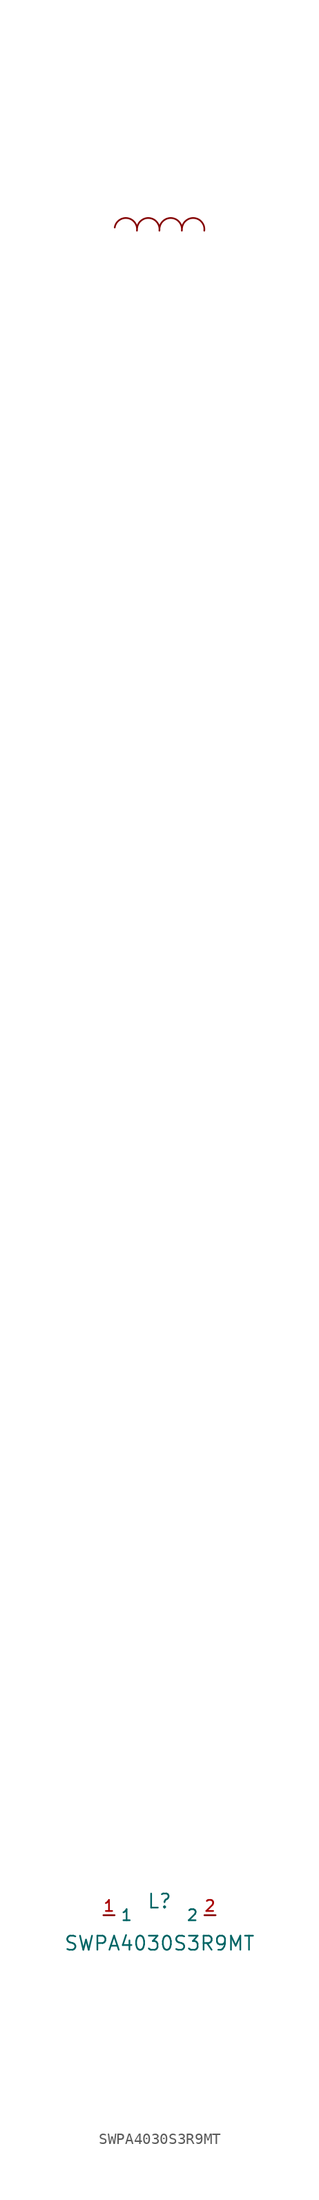
<source format=kicad_sym>
(kicad_symbol_lib
  (version 20210201)
  (generator TousstNicolas/JLC2KiCad_lib)
  (symbol "SWPA4030S3R9MT"
    (property "Reference" "L"
      (at 0 1.27 0)
      (effects (font (size 1.27 1.27))))
    (property "Value" "SWPA4030S3R9MT"
      (at 0 -2.54 0)
      (effects (font (size 1.27 1.27))))
    (symbol "SWPA4030S3R9MT_0_1"
      (arc (start 2.0221293641317573 152.2589971530446) (mid 1.1573096664950073 153.40643219490732) (end 0.009874635792613502 152.54161248246314) (stroke (width 0) (type default) (color 0 0 0 0)) (fill (type none)))
      (arc (start 4.0541334281398855 152.2589971530446) (mid 3.1893137305031356 153.40643219490732) (end 2.0418786998007414 152.54161248246314) (stroke (width 0) (type default) (color 0 0 0 0)) (fill (type none)))
      (arc (start -0.009874699876370796 152.2589971530446) (mid -0.8746943975131207 153.40643219490732) (end -2.0221294282155147 152.54161248246314) (stroke (width 0) (type default) (color 0 0 0 0)) (fill (type none)))
      (arc (start -2.041878763884499 152.2589971530446) (mid -2.9066984615212488 153.40643219490732) (end -4.0541334922236425 152.54161248246314) (stroke (width 0) (type default) (color 0 0 0 0)) (fill (type none)))
      (pin unspecified line (at -5.08 -0.0 0) (length 1.016) (name "1" (effects (font (size 1 1)))) (number "1" (effects (font (size 1 1)))))
      (pin unspecified line (at 5.08 -0.0 180) (length 1.016) (name "2" (effects (font (size 1 1)))) (number "2" (effects (font (size 1 1))))))))
</source>
